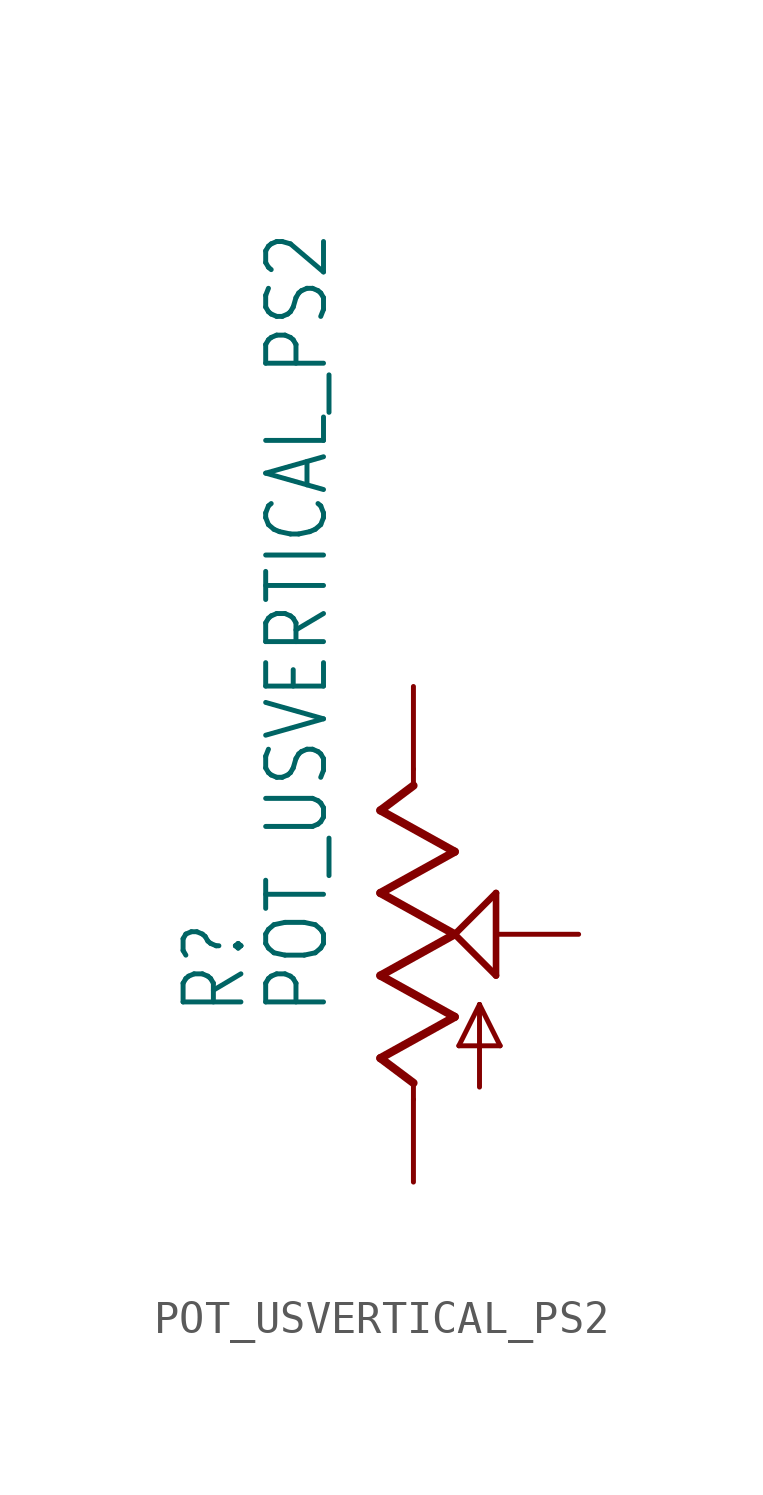
<source format=kicad_sym>
(kicad_symbol_lib
  (version 20211014)
  (generator kicad_symbol_editor)
  (symbol "POT_USVERTICAL_PS2"
    (property "Reference" "R"
      (at -5.08 -2.54 90)
      (effects (font (size 1.778 1.511)) (justify left bottom)))
    (property "Value" "POT_USVERTICAL_PS2"
      (at -2.54 -2.54 90)
      (effects (font (size 1.778 1.511)) (justify left bottom)))
    (property "ki_locked" ""
      (at 0 0 0)
      (effects (font (size 1.27 1.27))))
    (symbol "POT_USVERTICAL_PS2_1_0"
      (polyline (pts (xy -1.016 -3.81) (xy 1.27 -2.54)) (stroke (width 0.254) (type default) (color 0 0 0 0)) (fill (type none)))
      (polyline (pts (xy -1.016 -1.27) (xy 1.27 0)) (stroke (width 0.254) (type default) (color 0 0 0 0)) (fill (type none)))
      (polyline (pts (xy -1.016 1.27) (xy 1.27 2.54)) (stroke (width 0.254) (type default) (color 0 0 0 0)) (fill (type none)))
      (polyline (pts (xy -1.016 3.81) (xy 0 4.572)) (stroke (width 0.254) (type default) (color 0 0 0 0)) (fill (type none)))
      (polyline (pts (xy 0 -5.08) (xy 0 -4.572)) (stroke (width 0.152) (type default) (color 0 0 0 0)) (fill (type none)))
      (polyline (pts (xy 0 -4.572) (xy -1.016 -3.81)) (stroke (width 0.254) (type default) (color 0 0 0 0)) (fill (type none)))
      (polyline (pts (xy 0 4.572) (xy 0 5.08)) (stroke (width 0.152) (type default) (color 0 0 0 0)) (fill (type none)))
      (polyline (pts (xy 1.27 -2.54) (xy -1.016 -1.27)) (stroke (width 0.254) (type default) (color 0 0 0 0)) (fill (type none)))
      (polyline (pts (xy 1.27 0) (xy -1.016 1.27)) (stroke (width 0.254) (type default) (color 0 0 0 0)) (fill (type none)))
      (polyline (pts (xy 1.27 0) (xy 2.54 1.27)) (stroke (width 0.203) (type default) (color 0 0 0 0)) (fill (type none)))
      (polyline (pts (xy 1.27 2.54) (xy -1.016 3.81)) (stroke (width 0.254) (type default) (color 0 0 0 0)) (fill (type none)))
      (polyline (pts (xy 1.397 -3.429) (xy 2.032 -2.159)) (stroke (width 0.152) (type default) (color 0 0 0 0)) (fill (type none)))
      (polyline (pts (xy 2.032 -4.699) (xy 2.032 -2.159)) (stroke (width 0.152) (type default) (color 0 0 0 0)) (fill (type none)))
      (polyline (pts (xy 2.032 -2.159) (xy 2.667 -3.429)) (stroke (width 0.152) (type default) (color 0 0 0 0)) (fill (type none)))
      (polyline (pts (xy 2.54 -1.27) (xy 1.27 0)) (stroke (width 0.203) (type default) (color 0 0 0 0)) (fill (type none)))
      (polyline (pts (xy 2.54 1.27) (xy 2.54 -1.27)) (stroke (width 0.203) (type default) (color 0 0 0 0)) (fill (type none)))
      (polyline (pts (xy 2.667 -3.429) (xy 1.397 -3.429)) (stroke (width 0.152) (type default) (color 0 0 0 0)) (fill (type none)))
      (pin passive line (at 0 7.62 270) (length 2.54) (name "E" (effects (font (size 0 0)))) (number "P$1" (effects (font (size 0 0)))))
      (pin passive line (at 5.08 0 180) (length 2.54) (name "S" (effects (font (size 0 0)))) (number "P$2" (effects (font (size 0 0)))))
      (pin passive line (at 0 -7.62 90) (length 2.54) (name "A" (effects (font (size 0 0)))) (number "P$3" (effects (font (size 0 0))))))))
</source>
